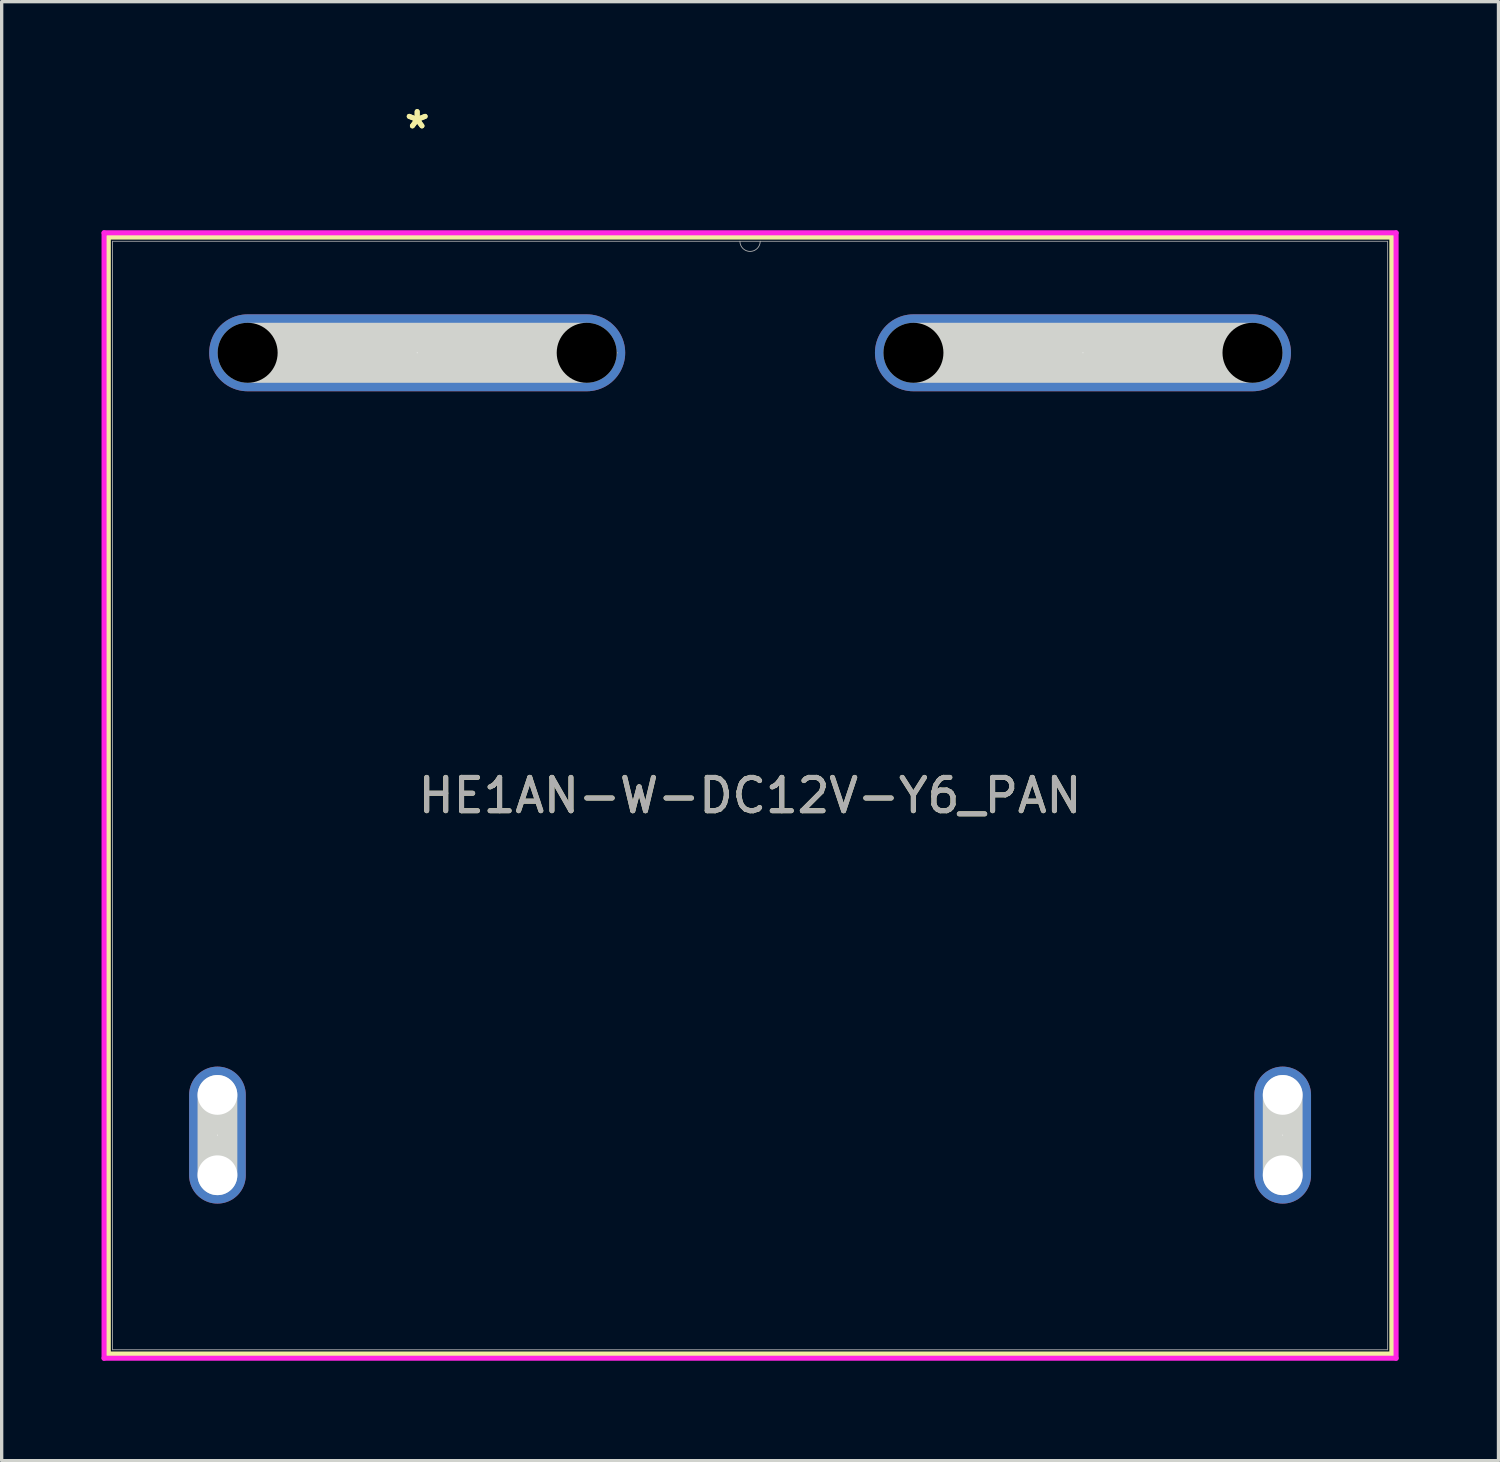
<source format=kicad_pcb>
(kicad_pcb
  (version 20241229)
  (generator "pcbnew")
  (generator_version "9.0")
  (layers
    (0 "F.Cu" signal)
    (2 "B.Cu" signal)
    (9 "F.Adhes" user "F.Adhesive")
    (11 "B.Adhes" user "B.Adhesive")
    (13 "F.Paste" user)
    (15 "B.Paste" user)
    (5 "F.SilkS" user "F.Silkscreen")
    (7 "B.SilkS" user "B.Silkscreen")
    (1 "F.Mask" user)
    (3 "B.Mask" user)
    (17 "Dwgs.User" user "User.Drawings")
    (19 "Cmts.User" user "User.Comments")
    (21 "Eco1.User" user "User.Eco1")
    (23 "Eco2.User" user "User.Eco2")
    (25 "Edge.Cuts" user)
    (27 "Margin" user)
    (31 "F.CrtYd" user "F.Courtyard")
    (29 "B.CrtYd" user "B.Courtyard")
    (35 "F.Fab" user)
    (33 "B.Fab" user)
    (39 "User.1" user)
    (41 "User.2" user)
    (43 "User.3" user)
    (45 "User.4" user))
  (footprint "HE1AN-W-DC12V-Y6_PAN"
    (layer "F.Cu")
    (at 9.482 7.548)
    (property "Reference" "HE1AN-W-DC12V-Y6_PAN" (at 10 13.3 0) (unlocked yes) (layer "F.SilkS") (effects (font (size 1 1) (thickness 0.15))))
    (attr through_hole)
    (fp_line (start -9.279 -3.477) (end -9.279 30.076) (stroke (width 0.152) (type solid)) (layer "F.SilkS"))
    (fp_line (start -9.279 30.076) (end 29.279 30.076) (stroke (width 0.152) (type solid)) (layer "F.SilkS"))
    (fp_line (start 29.279 -3.477) (end -9.279 -3.477) (stroke (width 0.152) (type solid)) (layer "F.SilkS"))
    (fp_line (start 29.279 30.076) (end 29.279 -3.477) (stroke (width 0.152) (type solid)) (layer "F.SilkS"))
    (fp_line (start -6 24.706) (end -6 22.293) (stroke (width 1.194) (type solid)) (layer "Edge.Cuts"))
    (fp_line (start -5.093 0) (end 5.093 0) (stroke (width 1.803) (type solid)) (layer "Edge.Cuts"))
    (fp_line (start 14.907 0) (end 25.093 0) (stroke (width 1.803) (type solid)) (layer "Edge.Cuts"))
    (fp_line (start 26 24.706) (end 26 22.293) (stroke (width 1.194) (type solid)) (layer "Edge.Cuts"))
    (fp_line (start -9.406 -3.604) (end 29.406 -3.604) (stroke (width 0.152) (type solid)) (layer "F.CrtYd"))
    (fp_line (start -9.406 30.203) (end -9.406 -3.604) (stroke (width 0.152) (type solid)) (layer "F.CrtYd"))
    (fp_line (start 29.406 -3.604) (end 29.406 30.203) (stroke (width 0.152) (type solid)) (layer "F.CrtYd"))
    (fp_line (start 29.406 30.203) (end -9.406 30.203) (stroke (width 0.152) (type solid)) (layer "F.CrtYd"))
    (fp_line (start -9.152 -3.35) (end -9.152 29.949) (stroke (width 0.025) (type solid)) (layer "F.Fab"))
    (fp_line (start -9.152 29.949) (end 29.152 29.949) (stroke (width 0.025) (type solid)) (layer "F.Fab"))
    (fp_line (start 29.152 -3.35) (end -9.152 -3.35) (stroke (width 0.025) (type solid)) (layer "F.Fab"))
    (fp_line (start 29.152 29.949) (end 29.152 -3.35) (stroke (width 0.025) (type solid)) (layer "F.Fab"))
    (fp_arc (start 10.3048 -3.35) (mid 10 -3.0452) (end 9.6952 -3.35) (stroke (width 0.0254) (type solid)) (layer "F.Fab"))
    (fp_circle (center 6 0) (end 6 0) (stroke (width 0.025) (type solid)) (fill no) (layer "F.Fab"))
    (fp_text user "*" (at 0 -6.7 0) (layer "F.SilkS") (effects (font (size 1 1) (thickness 0.15))))
    (fp_text user "*" (at 0 -6.7 0) (unlocked yes) (layer "F.SilkS") (effects (font (size 1 1) (thickness 0.15))))
    (fp_text user "${REFERENCE}" (at 10 13.3 0) (unlocked yes) (layer "F.Fab") (effects (font (size 1 1) (thickness 0.15))))
    (fp_text user "*" (at 0 0 0) (unlocked yes) (layer "F.Fab") (effects (font (size 1 1) (thickness 0.15))))
    (fp_text user "*" (at 0 0 0) (layer "F.Fab") (effects (font (size 1 1) (thickness 0.15))))
    (pad "" np_thru_hole circle (at -6 22.293) (size 1.194 1.194) (drill 1.194) (layers "*.Cu" "*.Mask"))
    (pad "" np_thru_hole circle (at -6 24.706) (size 1.194 1.194) (drill 1.194) (layers "*.Cu" "*.Mask"))
    (pad "" np_thru_hole circle (at -5.093 0) (size 1.803 1.803) (drill 1.803) (layers))
    (pad "" np_thru_hole circle (at 5.093 0) (size 1.803 1.803) (drill 1.803) (layers))
    (pad "" np_thru_hole circle (at 14.907 0) (size 1.803 1.803) (drill 1.803) (layers))
    (pad "" np_thru_hole circle (at 25.093 0) (size 1.803 1.803) (drill 1.803) (layers))
    (pad "" np_thru_hole circle (at 26 22.293) (size 1.194 1.194) (drill 1.194) (layers "*.Cu" "*.Mask"))
    (pad "" np_thru_hole circle (at 26 24.706) (size 1.194 1.194) (drill 1.194) (layers "*.Cu" "*.Mask"))
    (pad "1" thru_hole oval (at 0 0) (size 12.497 2.311) (drill 0.025) (layers "*.Cu" "*.Mask"))
    (pad "4" thru_hole oval (at 20 0) (size 12.497 2.311) (drill 0.025) (layers "*.Cu" "*.Mask"))
    (pad "5" thru_hole oval (at 26 23.5 90) (size 4.115 1.702) (drill 0.025) (layers "*.Cu" "*.Mask"))
    (pad "6" thru_hole oval (at -6 23.5 90) (size 4.115 1.702) (drill 0.025) (layers "*.Cu" "*.Mask")))
  (gr_rect
    (start -3 -3)
    (end 41.964 40.828)
    (stroke (width 0.1) (type default))
    (fill no)
    (layer "Edge.Cuts")))
</source>
